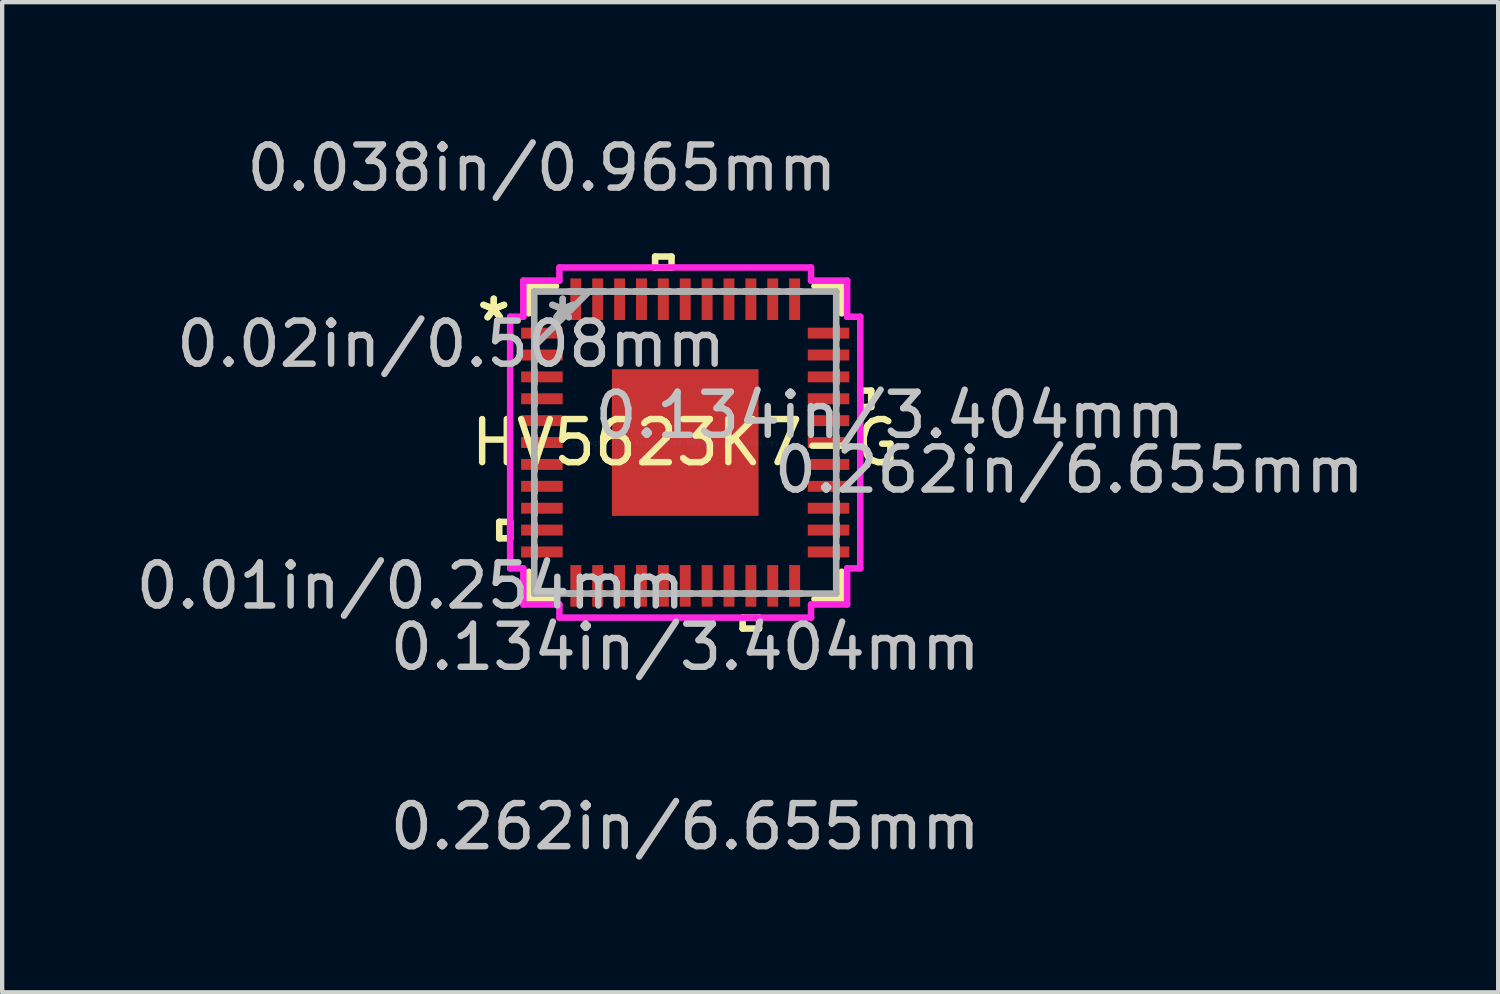
<source format=kicad_pcb>
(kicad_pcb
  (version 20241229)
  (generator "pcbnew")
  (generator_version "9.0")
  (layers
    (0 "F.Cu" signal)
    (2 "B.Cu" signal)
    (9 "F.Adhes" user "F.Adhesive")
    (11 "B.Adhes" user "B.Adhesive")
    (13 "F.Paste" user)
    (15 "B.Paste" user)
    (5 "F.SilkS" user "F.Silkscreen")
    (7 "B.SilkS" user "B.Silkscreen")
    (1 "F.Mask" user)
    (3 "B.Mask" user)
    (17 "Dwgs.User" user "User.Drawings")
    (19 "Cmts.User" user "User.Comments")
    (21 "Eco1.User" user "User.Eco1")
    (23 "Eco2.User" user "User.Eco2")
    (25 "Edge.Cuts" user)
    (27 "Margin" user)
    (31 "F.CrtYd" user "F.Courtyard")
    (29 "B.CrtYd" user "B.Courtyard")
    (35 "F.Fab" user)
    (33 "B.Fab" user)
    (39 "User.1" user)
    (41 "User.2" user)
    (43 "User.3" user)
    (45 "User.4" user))
  (footprint "HV5623K7-G"
    (layer "F.Cu")
    (at 12.858 7.224)
    (property "Reference" "HV5623K7-G" (at 0 0 0) (layer "F.SilkS") (effects (font (size 1 1) (thickness 0.15))))
    (attr through_hole)
    (fp_line (start -4.318 1.841) (end -4.318 2.223) (stroke (width 0.152) (type solid)) (layer "F.SilkS"))
    (fp_line (start -4.318 2.223) (end -4.064 2.223) (stroke (width 0.152) (type solid)) (layer "F.SilkS"))
    (fp_line (start -4.064 1.841) (end -4.318 1.841) (stroke (width 0.152) (type solid)) (layer "F.SilkS"))
    (fp_line (start -4.064 2.223) (end -4.064 1.841) (stroke (width 0.152) (type solid)) (layer "F.SilkS"))
    (fp_line (start -3.632 -3.632) (end -3.632 -3) (stroke (width 0.152) (type solid)) (layer "F.SilkS"))
    (fp_line (start -3.632 3) (end -3.632 3.632) (stroke (width 0.152) (type solid)) (layer "F.SilkS"))
    (fp_line (start -3.632 3.632) (end -3 3.632) (stroke (width 0.152) (type solid)) (layer "F.SilkS"))
    (fp_line (start -3 -3.632) (end -3.632 -3.632) (stroke (width 0.152) (type solid)) (layer "F.SilkS"))
    (fp_line (start -0.699 -4.318) (end -0.318 -4.318) (stroke (width 0.152) (type solid)) (layer "F.SilkS"))
    (fp_line (start -0.699 -4.064) (end -0.699 -4.318) (stroke (width 0.152) (type solid)) (layer "F.SilkS"))
    (fp_line (start -0.318 -4.318) (end -0.318 -4.064) (stroke (width 0.152) (type solid)) (layer "F.SilkS"))
    (fp_line (start -0.318 -4.064) (end -0.699 -4.064) (stroke (width 0.152) (type solid)) (layer "F.SilkS"))
    (fp_line (start 1.333 4.064) (end 1.333 4.318) (stroke (width 0.152) (type solid)) (layer "F.SilkS"))
    (fp_line (start 1.333 4.318) (end 1.714 4.318) (stroke (width 0.152) (type solid)) (layer "F.SilkS"))
    (fp_line (start 1.714 4.064) (end 1.333 4.064) (stroke (width 0.152) (type solid)) (layer "F.SilkS"))
    (fp_line (start 1.714 4.318) (end 1.714 4.064) (stroke (width 0.152) (type solid)) (layer "F.SilkS"))
    (fp_line (start 3 3.632) (end 3.632 3.632) (stroke (width 0.152) (type solid)) (layer "F.SilkS"))
    (fp_line (start 3.632 -3.632) (end 3 -3.632) (stroke (width 0.152) (type solid)) (layer "F.SilkS"))
    (fp_line (start 3.632 -3) (end 3.632 -3.632) (stroke (width 0.152) (type solid)) (layer "F.SilkS"))
    (fp_line (start 3.632 3.632) (end 3.632 3) (stroke (width 0.152) (type solid)) (layer "F.SilkS"))
    (fp_line (start 4.064 -1.206) (end 4.318 -1.206) (stroke (width 0.152) (type solid)) (layer "F.SilkS"))
    (fp_line (start 4.064 -0.826) (end 4.064 -1.206) (stroke (width 0.152) (type solid)) (layer "F.SilkS"))
    (fp_line (start 4.318 -1.206) (end 4.318 -0.826) (stroke (width 0.152) (type solid)) (layer "F.SilkS"))
    (fp_line (start 4.318 -0.826) (end 4.064 -0.826) (stroke (width 0.152) (type solid)) (layer "F.SilkS"))
    (fp_line (start -1.602 -1.602) (end -1.602 -0.1) (stroke (width 0.152) (type solid)) (layer "F.Paste"))
    (fp_line (start -1.602 -0.1) (end -0.1 -0.1) (stroke (width 0.152) (type solid)) (layer "F.Paste"))
    (fp_line (start -1.602 0.1) (end -1.602 1.602) (stroke (width 0.152) (type solid)) (layer "F.Paste"))
    (fp_line (start -1.602 1.602) (end -0.1 1.602) (stroke (width 0.152) (type solid)) (layer "F.Paste"))
    (fp_line (start -0.1 -1.602) (end -1.602 -1.602) (stroke (width 0.152) (type solid)) (layer "F.Paste"))
    (fp_line (start -0.1 -0.1) (end -0.1 -1.602) (stroke (width 0.152) (type solid)) (layer "F.Paste"))
    (fp_line (start -0.1 0.1) (end -1.602 0.1) (stroke (width 0.152) (type solid)) (layer "F.Paste"))
    (fp_line (start -0.1 1.602) (end -0.1 0.1) (stroke (width 0.152) (type solid)) (layer "F.Paste"))
    (fp_line (start 0.1 -1.602) (end 0.1 -0.1) (stroke (width 0.152) (type solid)) (layer "F.Paste"))
    (fp_line (start 0.1 -0.1) (end 1.602 -0.1) (stroke (width 0.152) (type solid)) (layer "F.Paste"))
    (fp_line (start 0.1 0.1) (end 0.1 1.602) (stroke (width 0.152) (type solid)) (layer "F.Paste"))
    (fp_line (start 0.1 1.602) (end 1.602 1.602) (stroke (width 0.152) (type solid)) (layer "F.Paste"))
    (fp_line (start 1.602 -1.602) (end 0.1 -1.602) (stroke (width 0.152) (type solid)) (layer "F.Paste"))
    (fp_line (start 1.602 -0.1) (end 1.602 -1.602) (stroke (width 0.152) (type solid)) (layer "F.Paste"))
    (fp_line (start 1.602 0.1) (end 0.1 0.1) (stroke (width 0.152) (type solid)) (layer "F.Paste"))
    (fp_line (start 1.602 1.602) (end 1.602 0.1) (stroke (width 0.152) (type solid)) (layer "F.Paste"))
    (fp_line (start -4.064 -2.921) (end -3.759 -2.921) (stroke (width 0.152) (type solid)) (layer "F.CrtYd"))
    (fp_line (start -4.064 2.921) (end -4.064 -2.921) (stroke (width 0.152) (type solid)) (layer "F.CrtYd"))
    (fp_line (start -3.759 -3.759) (end -2.921 -3.759) (stroke (width 0.152) (type solid)) (layer "F.CrtYd"))
    (fp_line (start -3.759 -2.921) (end -3.759 -3.759) (stroke (width 0.152) (type solid)) (layer "F.CrtYd"))
    (fp_line (start -3.759 2.921) (end -4.064 2.921) (stroke (width 0.152) (type solid)) (layer "F.CrtYd"))
    (fp_line (start -3.759 3.759) (end -3.759 2.921) (stroke (width 0.152) (type solid)) (layer "F.CrtYd"))
    (fp_line (start -2.921 -4.064) (end 2.921 -4.064) (stroke (width 0.152) (type solid)) (layer "F.CrtYd"))
    (fp_line (start -2.921 -3.759) (end -2.921 -4.064) (stroke (width 0.152) (type solid)) (layer "F.CrtYd"))
    (fp_line (start -2.921 3.759) (end -3.759 3.759) (stroke (width 0.152) (type solid)) (layer "F.CrtYd"))
    (fp_line (start -2.921 4.064) (end -2.921 3.759) (stroke (width 0.152) (type solid)) (layer "F.CrtYd"))
    (fp_line (start 2.921 -4.064) (end 2.921 -3.759) (stroke (width 0.152) (type solid)) (layer "F.CrtYd"))
    (fp_line (start 2.921 -3.759) (end 3.759 -3.759) (stroke (width 0.152) (type solid)) (layer "F.CrtYd"))
    (fp_line (start 2.921 3.759) (end 2.921 4.064) (stroke (width 0.152) (type solid)) (layer "F.CrtYd"))
    (fp_line (start 2.921 4.064) (end -2.921 4.064) (stroke (width 0.152) (type solid)) (layer "F.CrtYd"))
    (fp_line (start 3.759 -3.759) (end 3.759 -2.921) (stroke (width 0.152) (type solid)) (layer "F.CrtYd"))
    (fp_line (start 3.759 -2.921) (end 4.064 -2.921) (stroke (width 0.152) (type solid)) (layer "F.CrtYd"))
    (fp_line (start 3.759 2.921) (end 3.759 3.759) (stroke (width 0.152) (type solid)) (layer "F.CrtYd"))
    (fp_line (start 3.759 3.759) (end 2.921 3.759) (stroke (width 0.152) (type solid)) (layer "F.CrtYd"))
    (fp_line (start 4.064 -2.921) (end 4.064 2.921) (stroke (width 0.152) (type solid)) (layer "F.CrtYd"))
    (fp_line (start 4.064 2.921) (end 3.759 2.921) (stroke (width 0.152) (type solid)) (layer "F.CrtYd"))
    (fp_line (start -3.505 -3.505) (end -3.505 -3.505) (stroke (width 0.152) (type solid)) (layer "F.Fab"))
    (fp_line (start -3.505 -3.505) (end -3.505 3.505) (stroke (width 0.152) (type solid)) (layer "F.Fab"))
    (fp_line (start -3.505 -2.692) (end -3.505 -2.692) (stroke (width 0.152) (type solid)) (layer "F.Fab"))
    (fp_line (start -3.505 -2.692) (end -3.505 -2.388) (stroke (width 0.152) (type solid)) (layer "F.Fab"))
    (fp_line (start -3.505 -2.388) (end -3.505 -2.692) (stroke (width 0.152) (type solid)) (layer "F.Fab"))
    (fp_line (start -3.505 -2.388) (end -3.505 -2.388) (stroke (width 0.152) (type solid)) (layer "F.Fab"))
    (fp_line (start -3.505 -2.235) (end -2.235 -3.505) (stroke (width 0.152) (type solid)) (layer "F.Fab"))
    (fp_line (start -3.505 -2.184) (end -3.505 -2.184) (stroke (width 0.152) (type solid)) (layer "F.Fab"))
    (fp_line (start -3.505 -2.184) (end -3.505 -1.88) (stroke (width 0.152) (type solid)) (layer "F.Fab"))
    (fp_line (start -3.505 -1.88) (end -3.505 -2.184) (stroke (width 0.152) (type solid)) (layer "F.Fab"))
    (fp_line (start -3.505 -1.88) (end -3.505 -1.88) (stroke (width 0.152) (type solid)) (layer "F.Fab"))
    (fp_line (start -3.505 -1.676) (end -3.505 -1.676) (stroke (width 0.152) (type solid)) (layer "F.Fab"))
    (fp_line (start -3.505 -1.676) (end -3.505 -1.372) (stroke (width 0.152) (type solid)) (layer "F.Fab"))
    (fp_line (start -3.505 -1.372) (end -3.505 -1.676) (stroke (width 0.152) (type solid)) (layer "F.Fab"))
    (fp_line (start -3.505 -1.372) (end -3.505 -1.372) (stroke (width 0.152) (type solid)) (layer "F.Fab"))
    (fp_line (start -3.505 -1.168) (end -3.505 -1.168) (stroke (width 0.152) (type solid)) (layer "F.Fab"))
    (fp_line (start -3.505 -1.168) (end -3.505 -0.864) (stroke (width 0.152) (type solid)) (layer "F.Fab"))
    (fp_line (start -3.505 -0.864) (end -3.505 -1.168) (stroke (width 0.152) (type solid)) (layer "F.Fab"))
    (fp_line (start -3.505 -0.864) (end -3.505 -0.864) (stroke (width 0.152) (type solid)) (layer "F.Fab"))
    (fp_line (start -3.505 -0.66) (end -3.505 -0.66) (stroke (width 0.152) (type solid)) (layer "F.Fab"))
    (fp_line (start -3.505 -0.66) (end -3.505 -0.356) (stroke (width 0.152) (type solid)) (layer "F.Fab"))
    (fp_line (start -3.505 -0.356) (end -3.505 -0.66) (stroke (width 0.152) (type solid)) (layer "F.Fab"))
    (fp_line (start -3.505 -0.356) (end -3.505 -0.356) (stroke (width 0.152) (type solid)) (layer "F.Fab"))
    (fp_line (start -3.505 -0.152) (end -3.505 -0.152) (stroke (width 0.152) (type solid)) (layer "F.Fab"))
    (fp_line (start -3.505 -0.152) (end -3.505 0.152) (stroke (width 0.152) (type solid)) (layer "F.Fab"))
    (fp_line (start -3.505 0.152) (end -3.505 -0.152) (stroke (width 0.152) (type solid)) (layer "F.Fab"))
    (fp_line (start -3.505 0.152) (end -3.505 0.152) (stroke (width 0.152) (type solid)) (layer "F.Fab"))
    (fp_line (start -3.505 0.356) (end -3.505 0.356) (stroke (width 0.152) (type solid)) (layer "F.Fab"))
    (fp_line (start -3.505 0.356) (end -3.505 0.66) (stroke (width 0.152) (type solid)) (layer "F.Fab"))
    (fp_line (start -3.505 0.66) (end -3.505 0.356) (stroke (width 0.152) (type solid)) (layer "F.Fab"))
    (fp_line (start -3.505 0.66) (end -3.505 0.66) (stroke (width 0.152) (type solid)) (layer "F.Fab"))
    (fp_line (start -3.505 0.864) (end -3.505 0.864) (stroke (width 0.152) (type solid)) (layer "F.Fab"))
    (fp_line (start -3.505 0.864) (end -3.505 1.168) (stroke (width 0.152) (type solid)) (layer "F.Fab"))
    (fp_line (start -3.505 1.168) (end -3.505 0.864) (stroke (width 0.152) (type solid)) (layer "F.Fab"))
    (fp_line (start -3.505 1.168) (end -3.505 1.168) (stroke (width 0.152) (type solid)) (layer "F.Fab"))
    (fp_line (start -3.505 1.372) (end -3.505 1.372) (stroke (width 0.152) (type solid)) (layer "F.Fab"))
    (fp_line (start -3.505 1.372) (end -3.505 1.676) (stroke (width 0.152) (type solid)) (layer "F.Fab"))
    (fp_line (start -3.505 1.676) (end -3.505 1.372) (stroke (width 0.152) (type solid)) (layer "F.Fab"))
    (fp_line (start -3.505 1.676) (end -3.505 1.676) (stroke (width 0.152) (type solid)) (layer "F.Fab"))
    (fp_line (start -3.505 1.88) (end -3.505 1.88) (stroke (width 0.152) (type solid)) (layer "F.Fab"))
    (fp_line (start -3.505 1.88) (end -3.505 2.184) (stroke (width 0.152) (type solid)) (layer "F.Fab"))
    (fp_line (start -3.505 2.184) (end -3.505 1.88) (stroke (width 0.152) (type solid)) (layer "F.Fab"))
    (fp_line (start -3.505 2.184) (end -3.505 2.184) (stroke (width 0.152) (type solid)) (layer "F.Fab"))
    (fp_line (start -3.505 2.388) (end -3.505 2.388) (stroke (width 0.152) (type solid)) (layer "F.Fab"))
    (fp_line (start -3.505 2.388) (end -3.505 2.692) (stroke (width 0.152) (type solid)) (layer "F.Fab"))
    (fp_line (start -3.505 2.692) (end -3.505 2.388) (stroke (width 0.152) (type solid)) (layer "F.Fab"))
    (fp_line (start -3.505 2.692) (end -3.505 2.692) (stroke (width 0.152) (type solid)) (layer "F.Fab"))
    (fp_line (start -3.505 3.505) (end -3.505 3.505) (stroke (width 0.152) (type solid)) (layer "F.Fab"))
    (fp_line (start -3.505 3.505) (end 3.505 3.505) (stroke (width 0.152) (type solid)) (layer "F.Fab"))
    (fp_line (start -2.692 -3.505) (end -2.692 -3.505) (stroke (width 0.152) (type solid)) (layer "F.Fab"))
    (fp_line (start -2.692 -3.505) (end -2.388 -3.505) (stroke (width 0.152) (type solid)) (layer "F.Fab"))
    (fp_line (start -2.692 3.505) (end -2.692 3.505) (stroke (width 0.152) (type solid)) (layer "F.Fab"))
    (fp_line (start -2.692 3.505) (end -2.388 3.505) (stroke (width 0.152) (type solid)) (layer "F.Fab"))
    (fp_line (start -2.388 -3.505) (end -2.692 -3.505) (stroke (width 0.152) (type solid)) (layer "F.Fab"))
    (fp_line (start -2.388 -3.505) (end -2.388 -3.505) (stroke (width 0.152) (type solid)) (layer "F.Fab"))
    (fp_line (start -2.388 3.505) (end -2.692 3.505) (stroke (width 0.152) (type solid)) (layer "F.Fab"))
    (fp_line (start -2.388 3.505) (end -2.388 3.505) (stroke (width 0.152) (type solid)) (layer "F.Fab"))
    (fp_line (start -2.184 -3.505) (end -2.184 -3.505) (stroke (width 0.152) (type solid)) (layer "F.Fab"))
    (fp_line (start -2.184 -3.505) (end -1.88 -3.505) (stroke (width 0.152) (type solid)) (layer "F.Fab"))
    (fp_line (start -2.184 3.505) (end -2.184 3.505) (stroke (width 0.152) (type solid)) (layer "F.Fab"))
    (fp_line (start -2.184 3.505) (end -1.88 3.505) (stroke (width 0.152) (type solid)) (layer "F.Fab"))
    (fp_line (start -1.88 -3.505) (end -2.184 -3.505) (stroke (width 0.152) (type solid)) (layer "F.Fab"))
    (fp_line (start -1.88 -3.505) (end -1.88 -3.505) (stroke (width 0.152) (type solid)) (layer "F.Fab"))
    (fp_line (start -1.88 3.505) (end -2.184 3.505) (stroke (width 0.152) (type solid)) (layer "F.Fab"))
    (fp_line (start -1.88 3.505) (end -1.88 3.505) (stroke (width 0.152) (type solid)) (layer "F.Fab"))
    (fp_line (start -1.676 -3.505) (end -1.676 -3.505) (stroke (width 0.152) (type solid)) (layer "F.Fab"))
    (fp_line (start -1.676 -3.505) (end -1.372 -3.505) (stroke (width 0.152) (type solid)) (layer "F.Fab"))
    (fp_line (start -1.676 3.505) (end -1.676 3.505) (stroke (width 0.152) (type solid)) (layer "F.Fab"))
    (fp_line (start -1.676 3.505) (end -1.372 3.505) (stroke (width 0.152) (type solid)) (layer "F.Fab"))
    (fp_line (start -1.372 -3.505) (end -1.676 -3.505) (stroke (width 0.152) (type solid)) (layer "F.Fab"))
    (fp_line (start -1.372 -3.505) (end -1.372 -3.505) (stroke (width 0.152) (type solid)) (layer "F.Fab"))
    (fp_line (start -1.372 3.505) (end -1.676 3.505) (stroke (width 0.152) (type solid)) (layer "F.Fab"))
    (fp_line (start -1.372 3.505) (end -1.372 3.505) (stroke (width 0.152) (type solid)) (layer "F.Fab"))
    (fp_line (start -1.168 -3.505) (end -1.168 -3.505) (stroke (width 0.152) (type solid)) (layer "F.Fab"))
    (fp_line (start -1.168 -3.505) (end -0.864 -3.505) (stroke (width 0.152) (type solid)) (layer "F.Fab"))
    (fp_line (start -1.168 3.505) (end -1.168 3.505) (stroke (width 0.152) (type solid)) (layer "F.Fab"))
    (fp_line (start -1.168 3.505) (end -0.864 3.505) (stroke (width 0.152) (type solid)) (layer "F.Fab"))
    (fp_line (start -0.864 -3.505) (end -1.168 -3.505) (stroke (width 0.152) (type solid)) (layer "F.Fab"))
    (fp_line (start -0.864 -3.505) (end -0.864 -3.505) (stroke (width 0.152) (type solid)) (layer "F.Fab"))
    (fp_line (start -0.864 3.505) (end -1.168 3.505) (stroke (width 0.152) (type solid)) (layer "F.Fab"))
    (fp_line (start -0.864 3.505) (end -0.864 3.505) (stroke (width 0.152) (type solid)) (layer "F.Fab"))
    (fp_line (start -0.66 -3.505) (end -0.66 -3.505) (stroke (width 0.152) (type solid)) (layer "F.Fab"))
    (fp_line (start -0.66 -3.505) (end -0.356 -3.505) (stroke (width 0.152) (type solid)) (layer "F.Fab"))
    (fp_line (start -0.66 3.505) (end -0.66 3.505) (stroke (width 0.152) (type solid)) (layer "F.Fab"))
    (fp_line (start -0.66 3.505) (end -0.356 3.505) (stroke (width 0.152) (type solid)) (layer "F.Fab"))
    (fp_line (start -0.356 -3.505) (end -0.66 -3.505) (stroke (width 0.152) (type solid)) (layer "F.Fab"))
    (fp_line (start -0.356 -3.505) (end -0.356 -3.505) (stroke (width 0.152) (type solid)) (layer "F.Fab"))
    (fp_line (start -0.356 3.505) (end -0.66 3.505) (stroke (width 0.152) (type solid)) (layer "F.Fab"))
    (fp_line (start -0.356 3.505) (end -0.356 3.505) (stroke (width 0.152) (type solid)) (layer "F.Fab"))
    (fp_line (start -0.152 -3.505) (end -0.152 -3.505) (stroke (width 0.152) (type solid)) (layer "F.Fab"))
    (fp_line (start -0.152 -3.505) (end 0.152 -3.505) (stroke (width 0.152) (type solid)) (layer "F.Fab"))
    (fp_line (start -0.152 3.505) (end -0.152 3.505) (stroke (width 0.152) (type solid)) (layer "F.Fab"))
    (fp_line (start -0.152 3.505) (end 0.152 3.505) (stroke (width 0.152) (type solid)) (layer "F.Fab"))
    (fp_line (start 0.152 -3.505) (end -0.152 -3.505) (stroke (width 0.152) (type solid)) (layer "F.Fab"))
    (fp_line (start 0.152 -3.505) (end 0.152 -3.505) (stroke (width 0.152) (type solid)) (layer "F.Fab"))
    (fp_line (start 0.152 3.505) (end -0.152 3.505) (stroke (width 0.152) (type solid)) (layer "F.Fab"))
    (fp_line (start 0.152 3.505) (end 0.152 3.505) (stroke (width 0.152) (type solid)) (layer "F.Fab"))
    (fp_line (start 0.356 -3.505) (end 0.356 -3.505) (stroke (width 0.152) (type solid)) (layer "F.Fab"))
    (fp_line (start 0.356 -3.505) (end 0.66 -3.505) (stroke (width 0.152) (type solid)) (layer "F.Fab"))
    (fp_line (start 0.356 3.505) (end 0.356 3.505) (stroke (width 0.152) (type solid)) (layer "F.Fab"))
    (fp_line (start 0.356 3.505) (end 0.66 3.505) (stroke (width 0.152) (type solid)) (layer "F.Fab"))
    (fp_line (start 0.66 -3.505) (end 0.356 -3.505) (stroke (width 0.152) (type solid)) (layer "F.Fab"))
    (fp_line (start 0.66 -3.505) (end 0.66 -3.505) (stroke (width 0.152) (type solid)) (layer "F.Fab"))
    (fp_line (start 0.66 3.505) (end 0.356 3.505) (stroke (width 0.152) (type solid)) (layer "F.Fab"))
    (fp_line (start 0.66 3.505) (end 0.66 3.505) (stroke (width 0.152) (type solid)) (layer "F.Fab"))
    (fp_line (start 0.864 -3.505) (end 0.864 -3.505) (stroke (width 0.152) (type solid)) (layer "F.Fab"))
    (fp_line (start 0.864 -3.505) (end 1.168 -3.505) (stroke (width 0.152) (type solid)) (layer "F.Fab"))
    (fp_line (start 0.864 3.505) (end 0.864 3.505) (stroke (width 0.152) (type solid)) (layer "F.Fab"))
    (fp_line (start 0.864 3.505) (end 1.168 3.505) (stroke (width 0.152) (type solid)) (layer "F.Fab"))
    (fp_line (start 1.168 -3.505) (end 0.864 -3.505) (stroke (width 0.152) (type solid)) (layer "F.Fab"))
    (fp_line (start 1.168 -3.505) (end 1.168 -3.505) (stroke (width 0.152) (type solid)) (layer "F.Fab"))
    (fp_line (start 1.168 3.505) (end 0.864 3.505) (stroke (width 0.152) (type solid)) (layer "F.Fab"))
    (fp_line (start 1.168 3.505) (end 1.168 3.505) (stroke (width 0.152) (type solid)) (layer "F.Fab"))
    (fp_line (start 1.372 -3.505) (end 1.372 -3.505) (stroke (width 0.152) (type solid)) (layer "F.Fab"))
    (fp_line (start 1.372 -3.505) (end 1.676 -3.505) (stroke (width 0.152) (type solid)) (layer "F.Fab"))
    (fp_line (start 1.372 3.505) (end 1.372 3.505) (stroke (width 0.152) (type solid)) (layer "F.Fab"))
    (fp_line (start 1.372 3.505) (end 1.676 3.505) (stroke (width 0.152) (type solid)) (layer "F.Fab"))
    (fp_line (start 1.676 -3.505) (end 1.372 -3.505) (stroke (width 0.152) (type solid)) (layer "F.Fab"))
    (fp_line (start 1.676 -3.505) (end 1.676 -3.505) (stroke (width 0.152) (type solid)) (layer "F.Fab"))
    (fp_line (start 1.676 3.505) (end 1.372 3.505) (stroke (width 0.152) (type solid)) (layer "F.Fab"))
    (fp_line (start 1.676 3.505) (end 1.676 3.505) (stroke (width 0.152) (type solid)) (layer "F.Fab"))
    (fp_line (start 1.88 -3.505) (end 1.88 -3.505) (stroke (width 0.152) (type solid)) (layer "F.Fab"))
    (fp_line (start 1.88 -3.505) (end 2.184 -3.505) (stroke (width 0.152) (type solid)) (layer "F.Fab"))
    (fp_line (start 1.88 3.505) (end 1.88 3.505) (stroke (width 0.152) (type solid)) (layer "F.Fab"))
    (fp_line (start 1.88 3.505) (end 2.184 3.505) (stroke (width 0.152) (type solid)) (layer "F.Fab"))
    (fp_line (start 2.184 -3.505) (end 1.88 -3.505) (stroke (width 0.152) (type solid)) (layer "F.Fab"))
    (fp_line (start 2.184 -3.505) (end 2.184 -3.505) (stroke (width 0.152) (type solid)) (layer "F.Fab"))
    (fp_line (start 2.184 3.505) (end 1.88 3.505) (stroke (width 0.152) (type solid)) (layer "F.Fab"))
    (fp_line (start 2.184 3.505) (end 2.184 3.505) (stroke (width 0.152) (type solid)) (layer "F.Fab"))
    (fp_line (start 2.388 -3.505) (end 2.388 -3.505) (stroke (width 0.152) (type solid)) (layer "F.Fab"))
    (fp_line (start 2.388 -3.505) (end 2.692 -3.505) (stroke (width 0.152) (type solid)) (layer "F.Fab"))
    (fp_line (start 2.388 3.505) (end 2.388 3.505) (stroke (width 0.152) (type solid)) (layer "F.Fab"))
    (fp_line (start 2.388 3.505) (end 2.692 3.505) (stroke (width 0.152) (type solid)) (layer "F.Fab"))
    (fp_line (start 2.692 -3.505) (end 2.388 -3.505) (stroke (width 0.152) (type solid)) (layer "F.Fab"))
    (fp_line (start 2.692 -3.505) (end 2.692 -3.505) (stroke (width 0.152) (type solid)) (layer "F.Fab"))
    (fp_line (start 2.692 3.505) (end 2.388 3.505) (stroke (width 0.152) (type solid)) (layer "F.Fab"))
    (fp_line (start 2.692 3.505) (end 2.692 3.505) (stroke (width 0.152) (type solid)) (layer "F.Fab"))
    (fp_line (start 3.505 -3.505) (end -3.505 -3.505) (stroke (width 0.152) (type solid)) (layer "F.Fab"))
    (fp_line (start 3.505 -3.505) (end 3.505 -3.505) (stroke (width 0.152) (type solid)) (layer "F.Fab"))
    (fp_line (start 3.505 -2.692) (end 3.505 -2.692) (stroke (width 0.152) (type solid)) (layer "F.Fab"))
    (fp_line (start 3.505 -2.692) (end 3.505 -2.388) (stroke (width 0.152) (type solid)) (layer "F.Fab"))
    (fp_line (start 3.505 -2.388) (end 3.505 -2.692) (stroke (width 0.152) (type solid)) (layer "F.Fab"))
    (fp_line (start 3.505 -2.388) (end 3.505 -2.388) (stroke (width 0.152) (type solid)) (layer "F.Fab"))
    (fp_line (start 3.505 -2.184) (end 3.505 -2.184) (stroke (width 0.152) (type solid)) (layer "F.Fab"))
    (fp_line (start 3.505 -2.184) (end 3.505 -1.88) (stroke (width 0.152) (type solid)) (layer "F.Fab"))
    (fp_line (start 3.505 -1.88) (end 3.505 -2.184) (stroke (width 0.152) (type solid)) (layer "F.Fab"))
    (fp_line (start 3.505 -1.88) (end 3.505 -1.88) (stroke (width 0.152) (type solid)) (layer "F.Fab"))
    (fp_line (start 3.505 -1.676) (end 3.505 -1.676) (stroke (width 0.152) (type solid)) (layer "F.Fab"))
    (fp_line (start 3.505 -1.676) (end 3.505 -1.372) (stroke (width 0.152) (type solid)) (layer "F.Fab"))
    (fp_line (start 3.505 -1.372) (end 3.505 -1.676) (stroke (width 0.152) (type solid)) (layer "F.Fab"))
    (fp_line (start 3.505 -1.372) (end 3.505 -1.372) (stroke (width 0.152) (type solid)) (layer "F.Fab"))
    (fp_line (start 3.505 -1.168) (end 3.505 -1.168) (stroke (width 0.152) (type solid)) (layer "F.Fab"))
    (fp_line (start 3.505 -1.168) (end 3.505 -0.864) (stroke (width 0.152) (type solid)) (layer "F.Fab"))
    (fp_line (start 3.505 -0.864) (end 3.505 -1.168) (stroke (width 0.152) (type solid)) (layer "F.Fab"))
    (fp_line (start 3.505 -0.864) (end 3.505 -0.864) (stroke (width 0.152) (type solid)) (layer "F.Fab"))
    (fp_line (start 3.505 -0.66) (end 3.505 -0.66) (stroke (width 0.152) (type solid)) (layer "F.Fab"))
    (fp_line (start 3.505 -0.66) (end 3.505 -0.356) (stroke (width 0.152) (type solid)) (layer "F.Fab"))
    (fp_line (start 3.505 -0.356) (end 3.505 -0.66) (stroke (width 0.152) (type solid)) (layer "F.Fab"))
    (fp_line (start 3.505 -0.356) (end 3.505 -0.356) (stroke (width 0.152) (type solid)) (layer "F.Fab"))
    (fp_line (start 3.505 -0.152) (end 3.505 -0.152) (stroke (width 0.152) (type solid)) (layer "F.Fab"))
    (fp_line (start 3.505 -0.152) (end 3.505 0.152) (stroke (width 0.152) (type solid)) (layer "F.Fab"))
    (fp_line (start 3.505 0.152) (end 3.505 -0.152) (stroke (width 0.152) (type solid)) (layer "F.Fab"))
    (fp_line (start 3.505 0.152) (end 3.505 0.152) (stroke (width 0.152) (type solid)) (layer "F.Fab"))
    (fp_line (start 3.505 0.356) (end 3.505 0.356) (stroke (width 0.152) (type solid)) (layer "F.Fab"))
    (fp_line (start 3.505 0.356) (end 3.505 0.66) (stroke (width 0.152) (type solid)) (layer "F.Fab"))
    (fp_line (start 3.505 0.66) (end 3.505 0.356) (stroke (width 0.152) (type solid)) (layer "F.Fab"))
    (fp_line (start 3.505 0.66) (end 3.505 0.66) (stroke (width 0.152) (type solid)) (layer "F.Fab"))
    (fp_line (start 3.505 0.864) (end 3.505 0.864) (stroke (width 0.152) (type solid)) (layer "F.Fab"))
    (fp_line (start 3.505 0.864) (end 3.505 1.168) (stroke (width 0.152) (type solid)) (layer "F.Fab"))
    (fp_line (start 3.505 1.168) (end 3.505 0.864) (stroke (width 0.152) (type solid)) (layer "F.Fab"))
    (fp_line (start 3.505 1.168) (end 3.505 1.168) (stroke (width 0.152) (type solid)) (layer "F.Fab"))
    (fp_line (start 3.505 1.372) (end 3.505 1.372) (stroke (width 0.152) (type solid)) (layer "F.Fab"))
    (fp_line (start 3.505 1.372) (end 3.505 1.676) (stroke (width 0.152) (type solid)) (layer "F.Fab"))
    (fp_line (start 3.505 1.676) (end 3.505 1.372) (stroke (width 0.152) (type solid)) (layer "F.Fab"))
    (fp_line (start 3.505 1.676) (end 3.505 1.676) (stroke (width 0.152) (type solid)) (layer "F.Fab"))
    (fp_line (start 3.505 1.88) (end 3.505 1.88) (stroke (width 0.152) (type solid)) (layer "F.Fab"))
    (fp_line (start 3.505 1.88) (end 3.505 2.184) (stroke (width 0.152) (type solid)) (layer "F.Fab"))
    (fp_line (start 3.505 2.184) (end 3.505 1.88) (stroke (width 0.152) (type solid)) (layer "F.Fab"))
    (fp_line (start 3.505 2.184) (end 3.505 2.184) (stroke (width 0.152) (type solid)) (layer "F.Fab"))
    (fp_line (start 3.505 2.388) (end 3.505 2.388) (stroke (width 0.152) (type solid)) (layer "F.Fab"))
    (fp_line (start 3.505 2.388) (end 3.505 2.692) (stroke (width 0.152) (type solid)) (layer "F.Fab"))
    (fp_line (start 3.505 2.692) (end 3.505 2.388) (stroke (width 0.152) (type solid)) (layer "F.Fab"))
    (fp_line (start 3.505 2.692) (end 3.505 2.692) (stroke (width 0.152) (type solid)) (layer "F.Fab"))
    (fp_line (start 3.505 3.505) (end 3.505 -3.505) (stroke (width 0.152) (type solid)) (layer "F.Fab"))
    (fp_line (start 3.505 3.505) (end 3.505 3.505) (stroke (width 0.152) (type solid)) (layer "F.Fab"))
    (fp_text user "*" (at -4.445 -2.794 0) (layer "F.SilkS") (effects (font (size 1 1) (thickness 0.15))))
    (fp_text user "*" (at -4.445 -2.794 0) (layer "F.SilkS") (effects (font (size 1 1) (thickness 0.15))))
    (fp_text user "0.01in/0.254mm" (at -6.375 3.327 0) (layer "Dwgs.User") (effects (font (size 1 1) (thickness 0.15))))
    (fp_text user "0.134in/3.404mm" (at 0 4.75 0) (layer "Dwgs.User") (effects (font (size 1 1) (thickness 0.15))))
    (fp_text user "0.038in/0.965mm" (at -3.327 -6.375 0) (layer "Dwgs.User") (effects (font (size 1 1) (thickness 0.15))))
    (fp_text user "0.262in/6.655mm" (at 8.915 0.635 0) (layer "Dwgs.User") (effects (font (size 1 1) (thickness 0.15))))
    (fp_text user "0.02in/0.508mm" (at -5.436 -2.286 0) (layer "Dwgs.User") (effects (font (size 1 1) (thickness 0.15))))
    (fp_text user "0.134in/3.404mm" (at 4.75 -0.635 0) (layer "Dwgs.User") (effects (font (size 1 1) (thickness 0.15))))
    (fp_text user "0.262in/6.655mm" (at 0 8.915 0) (layer "Dwgs.User") (effects (font (size 1 1) (thickness 0.15))))
    (fp_text user "Copyright 2016 Accelerated Designs. All rights reserved." (at 0 0 0) (layer "Cmts.User") (effects (font (size 0.127 0.127) (thickness 0.002))))
    (fp_text user "*" (at -2.845 -2.794 0) (layer "F.Fab") (effects (font (size 1 1) (thickness 0.15))))
    (fp_text user "*" (at -2.845 -2.794 0) (layer "F.Fab") (effects (font (size 1 1) (thickness 0.15))))
    (pad "1" smd rect (at -3.327 -2.54 90) (size 0.254 0.965) (layers "F.Cu" "F.Mask" "F.Paste"))
    (pad "2" smd rect (at -3.327 -2.032 90) (size 0.254 0.965) (layers "F.Cu" "F.Mask" "F.Paste"))
    (pad "3" smd rect (at -3.327 -1.524 90) (size 0.254 0.965) (layers "F.Cu" "F.Mask" "F.Paste"))
    (pad "4" smd rect (at -3.327 -1.016 90) (size 0.254 0.965) (layers "F.Cu" "F.Mask" "F.Paste"))
    (pad "5" smd rect (at -3.327 -0.508 90) (size 0.254 0.965) (layers "F.Cu" "F.Mask" "F.Paste"))
    (pad "6" smd rect (at -3.327 0 90) (size 0.254 0.965) (layers "F.Cu" "F.Mask" "F.Paste"))
    (pad "7" smd rect (at -3.327 0.508 90) (size 0.254 0.965) (layers "F.Cu" "F.Mask" "F.Paste"))
    (pad "8" smd rect (at -3.327 1.016 90) (size 0.254 0.965) (layers "F.Cu" "F.Mask" "F.Paste"))
    (pad "9" smd rect (at -3.327 1.524 90) (size 0.254 0.965) (layers "F.Cu" "F.Mask" "F.Paste"))
    (pad "10" smd rect (at -3.327 2.032 90) (size 0.254 0.965) (layers "F.Cu" "F.Mask" "F.Paste"))
    (pad "11" smd rect (at -3.327 2.54 90) (size 0.254 0.965) (layers "F.Cu" "F.Mask" "F.Paste"))
    (pad "12" smd rect (at -2.54 3.327) (size 0.254 0.965) (layers "F.Cu" "F.Mask" "F.Paste"))
    (pad "13" smd rect (at -2.032 3.327) (size 0.254 0.965) (layers "F.Cu" "F.Mask" "F.Paste"))
    (pad "14" smd rect (at -1.524 3.327) (size 0.254 0.965) (layers "F.Cu" "F.Mask" "F.Paste"))
    (pad "15" smd rect (at -1.016 3.327) (size 0.254 0.965) (layers "F.Cu" "F.Mask" "F.Paste"))
    (pad "16" smd rect (at -0.508 3.327) (size 0.254 0.965) (layers "F.Cu" "F.Mask" "F.Paste"))
    (pad "17" smd rect (at 0 3.327) (size 0.254 0.965) (layers "F.Cu" "F.Mask" "F.Paste"))
    (pad "18" smd rect (at 0.508 3.327) (size 0.254 0.965) (layers "F.Cu" "F.Mask" "F.Paste"))
    (pad "19" smd rect (at 1.016 3.327) (size 0.254 0.965) (layers "F.Cu" "F.Mask" "F.Paste"))
    (pad "20" smd rect (at 1.524 3.327) (size 0.254 0.965) (layers "F.Cu" "F.Mask" "F.Paste"))
    (pad "21" smd rect (at 2.032 3.327) (size 0.254 0.965) (layers "F.Cu" "F.Mask" "F.Paste"))
    (pad "22" smd rect (at 2.54 3.327) (size 0.254 0.965) (layers "F.Cu" "F.Mask" "F.Paste"))
    (pad "23" smd rect (at 3.327 2.54 90) (size 0.254 0.965) (layers "F.Cu" "F.Mask" "F.Paste"))
    (pad "24" smd rect (at 3.327 2.032 90) (size 0.254 0.965) (layers "F.Cu" "F.Mask" "F.Paste"))
    (pad "25" smd rect (at 3.327 1.524 90) (size 0.254 0.965) (layers "F.Cu" "F.Mask" "F.Paste"))
    (pad "26" smd rect (at 3.327 1.016 90) (size 0.254 0.965) (layers "F.Cu" "F.Mask" "F.Paste"))
    (pad "27" smd rect (at 3.327 0.508 90) (size 0.254 0.965) (layers "F.Cu" "F.Mask" "F.Paste"))
    (pad "28" smd rect (at 3.327 0 90) (size 0.254 0.965) (layers "F.Cu" "F.Mask" "F.Paste"))
    (pad "29" smd rect (at 3.327 -0.508 90) (size 0.254 0.965) (layers "F.Cu" "F.Mask" "F.Paste"))
    (pad "30" smd rect (at 3.327 -1.016 90) (size 0.254 0.965) (layers "F.Cu" "F.Mask" "F.Paste"))
    (pad "31" smd rect (at 3.327 -1.524 90) (size 0.254 0.965) (layers "F.Cu" "F.Mask" "F.Paste"))
    (pad "32" smd rect (at 3.327 -2.032 90) (size 0.254 0.965) (layers "F.Cu" "F.Mask" "F.Paste"))
    (pad "33" smd rect (at 3.327 -2.54 90) (size 0.254 0.965) (layers "F.Cu" "F.Mask" "F.Paste"))
    (pad "34" smd rect (at 2.54 -3.327) (size 0.254 0.965) (layers "F.Cu" "F.Mask" "F.Paste"))
    (pad "35" smd rect (at 2.032 -3.327) (size 0.254 0.965) (layers "F.Cu" "F.Mask" "F.Paste"))
    (pad "36" smd rect (at 1.524 -3.327) (size 0.254 0.965) (layers "F.Cu" "F.Mask" "F.Paste"))
    (pad "37" smd rect (at 1.016 -3.327) (size 0.254 0.965) (layers "F.Cu" "F.Mask" "F.Paste"))
    (pad "38" smd rect (at 0.508 -3.327) (size 0.254 0.965) (layers "F.Cu" "F.Mask" "F.Paste"))
    (pad "39" smd rect (at 0 -3.327) (size 0.254 0.965) (layers "F.Cu" "F.Mask" "F.Paste"))
    (pad "40" smd rect (at -0.508 -3.327) (size 0.254 0.965) (layers "F.Cu" "F.Mask" "F.Paste"))
    (pad "41" smd rect (at -1.016 -3.327) (size 0.254 0.965) (layers "F.Cu" "F.Mask" "F.Paste"))
    (pad "42" smd rect (at -1.524 -3.327) (size 0.254 0.965) (layers "F.Cu" "F.Mask" "F.Paste"))
    (pad "43" smd rect (at -2.032 -3.327) (size 0.254 0.965) (layers "F.Cu" "F.Mask" "F.Paste"))
    (pad "44" smd rect (at -2.54 -3.327) (size 0.254 0.965) (layers "F.Cu" "F.Mask" "F.Paste"))
    (pad "45" smd rect (at 0 0) (size 3.404 3.404) (layers "F.Cu" "F.Mask" "F.Paste")))
  (gr_rect
    (start -3 -3)
    (end 31.731 19.987)
    (stroke (width 0.1) (type default))
    (fill no)
    (layer "Edge.Cuts")))
</source>
